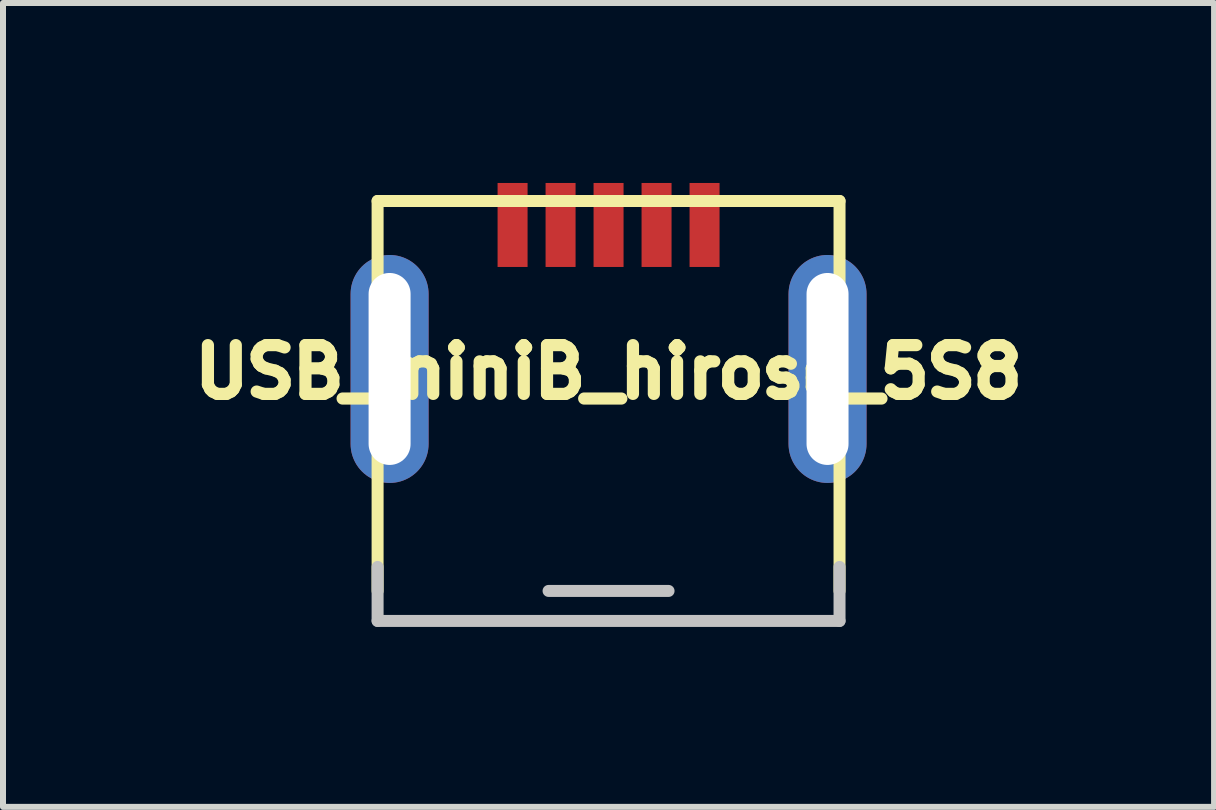
<source format=kicad_pcb>
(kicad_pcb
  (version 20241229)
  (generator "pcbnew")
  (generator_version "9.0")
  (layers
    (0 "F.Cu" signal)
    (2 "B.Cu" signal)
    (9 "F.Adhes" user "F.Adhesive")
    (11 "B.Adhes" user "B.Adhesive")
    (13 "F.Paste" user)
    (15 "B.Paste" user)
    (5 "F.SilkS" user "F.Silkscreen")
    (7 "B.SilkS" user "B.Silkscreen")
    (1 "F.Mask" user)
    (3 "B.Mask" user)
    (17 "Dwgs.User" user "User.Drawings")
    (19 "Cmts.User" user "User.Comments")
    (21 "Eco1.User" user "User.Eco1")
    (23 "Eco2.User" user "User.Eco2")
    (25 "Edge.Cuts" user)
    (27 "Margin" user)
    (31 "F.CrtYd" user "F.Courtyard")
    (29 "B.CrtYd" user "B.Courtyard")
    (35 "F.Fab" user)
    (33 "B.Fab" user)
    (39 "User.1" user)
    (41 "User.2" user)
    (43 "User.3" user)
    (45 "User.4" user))
  (footprint "USB_miniB_hirose_5S8"
    (layer "F.Cu")
    (at 7.094 0.7)
    (property "Reference" "USB_miniB_hirose_5S8" (at 0 2.45 0) (layer "F.SilkS") (effects (font (size 0.813 0.813) (thickness 0.203))))
    (attr through_hole)
    (fp_line (start -3.85 -0.4) (end -3.85 6.1) (stroke (width 0.2) (type solid)) (layer "F.SilkS"))
    (fp_line (start -3.85 -0.4) (end 3.85 -0.4) (stroke (width 0.2) (type solid)) (layer "F.SilkS"))
    (fp_line (start 3.85 -0.4) (end 3.85 6.1) (stroke (width 0.2) (type solid)) (layer "F.SilkS"))
    (fp_line (start -3.85 6.6) (end -3.85 5.7) (stroke (width 0.2) (type solid)) (layer "Dwgs.User"))
    (fp_line (start -3.85 6.6) (end 3.85 6.6) (stroke (width 0.2) (type solid)) (layer "Dwgs.User"))
    (fp_line (start -1 6.1) (end 1 6.1) (stroke (width 0.2) (type solid)) (layer "Dwgs.User"))
    (fp_line (start 3.85 6.6) (end 3.85 5.7) (stroke (width 0.2) (type solid)) (layer "Dwgs.User"))
    (pad "1" smd rect (at -1.6 0) (size 0.5 1.4) (layers "F.Cu" "F.Mask" "F.Paste"))
    (pad "2" smd rect (at -0.8 0) (size 0.5 1.4) (layers "F.Cu" "F.Mask" "F.Paste"))
    (pad "3" smd rect (at 0 0) (size 0.5 1.4) (layers "F.Cu" "F.Mask" "F.Paste"))
    (pad "4" smd rect (at 0.8 0) (size 0.5 1.4) (layers "F.Cu" "F.Mask" "F.Paste"))
    (pad "5" smd rect (at 1.6 0) (size 0.5 1.4) (layers "F.Cu" "F.Mask" "F.Paste"))
    (pad "6" thru_hole oval (at -3.65 2.4) (size 1.3 3.8) (drill oval 0.7 3.2) (layers "*.Cu" "*.Mask" "F.Paste"))
    (pad "6" thru_hole oval (at 3.65 2.4) (size 1.3 3.8) (drill oval 0.7 3.2) (layers "*.Cu" "*.Mask" "F.Paste")))
  (gr_rect
    (start -3 -3)
    (end 17.187 10.4)
    (stroke (width 0.1) (type default))
    (fill no)
    (layer "Edge.Cuts")))
</source>
